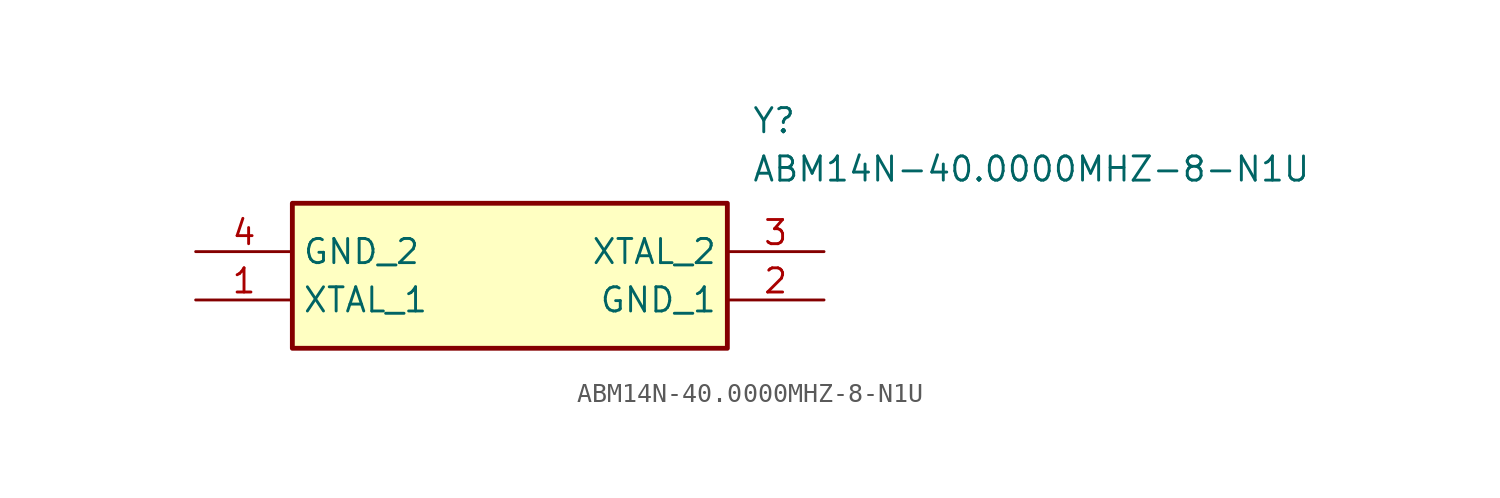
<source format=kicad_sym>
(kicad_symbol_lib
  (version 20211014)
  (generator SamacSys_ECAD_Model)
  (symbol "ABM14N-40.0000MHZ-8-N1U"
    (property "Reference" "Y"
      (at 29.21 7.62 0)
      (effects (font (size 1.27 1.27)) (justify left top)))
    (property "Value" "ABM14N-40.0000MHZ-8-N1U"
      (at 29.21 5.08 0)
      (effects (font (size 1.27 1.27)) (justify left top)))
    (rectangle
      (start 5.08 2.54)
      (end 27.94 -5.08)
      (stroke (width 0.254) (type default))
      (fill (type background)))
    (pin passive line
      (at 0 -2.54 0)
      (length 5.08)
      (name "XTAL_1" (effects (font (size 1.27 1.27))))
      (number "1" (effects (font (size 1.27 1.27)))))
    (pin passive line
      (at 33.02 -2.54 180)
      (length 5.08)
      (name "GND_1" (effects (font (size 1.27 1.27))))
      (number "2" (effects (font (size 1.27 1.27)))))
    (pin passive line
      (at 33.02 0 180)
      (length 5.08)
      (name "XTAL_2" (effects (font (size 1.27 1.27))))
      (number "3" (effects (font (size 1.27 1.27)))))
    (pin passive line
      (at 0 0 0)
      (length 5.08)
      (name "GND_2" (effects (font (size 1.27 1.27))))
      (number "4" (effects (font (size 1.27 1.27)))))))
</source>
